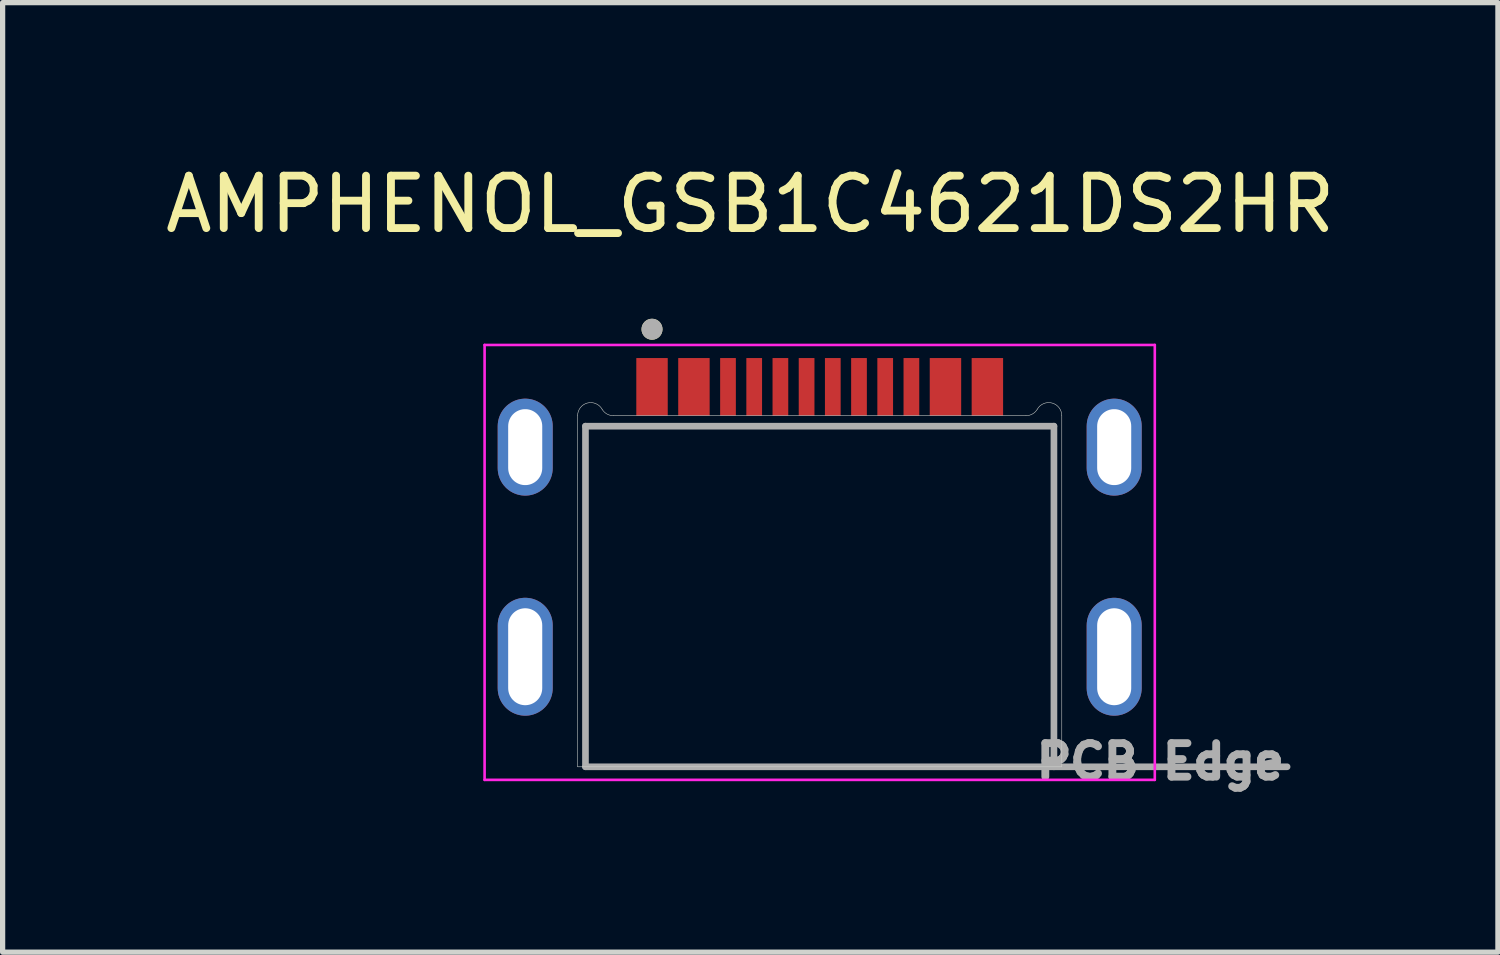
<source format=kicad_pcb>
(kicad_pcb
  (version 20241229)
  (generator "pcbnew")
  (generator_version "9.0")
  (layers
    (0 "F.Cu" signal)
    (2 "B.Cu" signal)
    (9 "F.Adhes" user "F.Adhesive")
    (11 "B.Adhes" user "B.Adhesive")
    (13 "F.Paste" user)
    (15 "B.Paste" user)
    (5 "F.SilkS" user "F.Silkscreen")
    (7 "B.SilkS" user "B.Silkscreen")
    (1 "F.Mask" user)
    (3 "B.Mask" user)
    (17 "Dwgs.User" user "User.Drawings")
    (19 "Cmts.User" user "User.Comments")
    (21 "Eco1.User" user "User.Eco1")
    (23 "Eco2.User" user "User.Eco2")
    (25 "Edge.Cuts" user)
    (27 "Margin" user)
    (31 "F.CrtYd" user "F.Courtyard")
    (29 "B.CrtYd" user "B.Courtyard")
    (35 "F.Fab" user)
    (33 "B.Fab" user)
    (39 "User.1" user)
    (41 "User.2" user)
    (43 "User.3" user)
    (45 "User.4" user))
  (footprint "AMPHENOL_GSB1C4621DS2HR"
    (layer "F.Cu")
    (at 12.593 9.483)
    (property "Reference" "AMPHENOL_GSB1C4621DS2HR" (at -1.325 -8.635 0) (layer "F.SilkS") (effects (font (size 1 1) (thickness 0.15))))
    (attr smd)
    (fp_poly (pts (xy -2.85 -4.55) (xy -3.55 -4.55) (xy -3.55 -5.75) (xy -2.85 -5.75)) (stroke (width 0.01) (type solid)) (fill yes) (layer "F.Mask"))
    (fp_poly (pts (xy -2.05 -4.55) (xy -2.75 -4.55) (xy -2.75 -5.75) (xy -2.05 -5.75)) (stroke (width 0.01) (type solid)) (fill yes) (layer "F.Mask"))
    (fp_poly (pts (xy -1.95 -5.75) (xy -1.55 -5.75) (xy -1.55 -4.55) (xy -1.95 -4.55)) (stroke (width 0.01) (type solid)) (fill yes) (layer "F.Mask"))
    (fp_poly (pts (xy -1.45 -5.75) (xy -1.05 -5.75) (xy -1.05 -4.55) (xy -1.45 -4.55)) (stroke (width 0.01) (type solid)) (fill yes) (layer "F.Mask"))
    (fp_poly (pts (xy -0.95 -5.75) (xy -0.55 -5.75) (xy -0.55 -4.55) (xy -0.95 -4.55)) (stroke (width 0.01) (type solid)) (fill yes) (layer "F.Mask"))
    (fp_poly (pts (xy -0.45 -5.75) (xy -0.05 -5.75) (xy -0.05 -4.55) (xy -0.45 -4.55)) (stroke (width 0.01) (type solid)) (fill yes) (layer "F.Mask"))
    (fp_poly (pts (xy 0.05 -5.75) (xy 0.45 -5.75) (xy 0.45 -4.55) (xy 0.05 -4.55)) (stroke (width 0.01) (type solid)) (fill yes) (layer "F.Mask"))
    (fp_poly (pts (xy 0.55 -5.75) (xy 0.95 -5.75) (xy 0.95 -4.55) (xy 0.55 -4.55)) (stroke (width 0.01) (type solid)) (fill yes) (layer "F.Mask"))
    (fp_poly (pts (xy 1.05 -5.75) (xy 1.45 -5.75) (xy 1.45 -4.55) (xy 1.05 -4.55)) (stroke (width 0.01) (type solid)) (fill yes) (layer "F.Mask"))
    (fp_poly (pts (xy 1.55 -5.75) (xy 1.95 -5.75) (xy 1.95 -4.55) (xy 1.55 -4.55)) (stroke (width 0.01) (type solid)) (fill yes) (layer "F.Mask"))
    (fp_poly (pts (xy 2.05 -5.75) (xy 2.75 -5.75) (xy 2.75 -4.55) (xy 2.05 -4.55)) (stroke (width 0.01) (type solid)) (fill yes) (layer "F.Mask"))
    (fp_poly (pts (xy 2.85 -5.75) (xy 3.55 -5.75) (xy 3.55 -4.55) (xy 2.85 -4.55)) (stroke (width 0.01) (type solid)) (fill yes) (layer "F.Mask"))
    (fp_circle (center -3.2 -6.25) (end -3.1 -6.25) (stroke (width 0.2) (type solid)) (fill no) (layer "F.SilkS"))
    (fp_line (start -4.62 -4.6) (end -4.62 2.1) (stroke (width 0.01) (type solid)) (layer "Edge.Cuts"))
    (fp_line (start -4.62 2.1) (end 4.62 2.1) (stroke (width 0.01) (type solid)) (layer "Edge.Cuts"))
    (fp_line (start 3.937 -4.6) (end -3.937 -4.6) (stroke (width 0.01) (type solid)) (layer "Edge.Cuts"))
    (fp_line (start 4.62 2.1) (end 4.62 -4.6) (stroke (width 0.01) (type solid)) (layer "Edge.Cuts"))
    (fp_arc (start -4.62 -4.6) (mid -4.434708 -4.841479) (end -4.1535 -4.725) (stroke (width 0.01) (type solid)) (layer "Edge.Cuts"))
    (fp_arc (start -3.937 -4.6) (mid -4.061997 -4.633495) (end -4.1535 -4.725) (stroke (width 0.01) (type solid)) (layer "Edge.Cuts"))
    (fp_arc (start 4.1535 -4.725) (mid 4.061997 -4.633495) (end 3.937 -4.6) (stroke (width 0.01) (type solid)) (layer "Edge.Cuts"))
    (fp_arc (start 4.1535 -4.725) (mid 4.434708 -4.841479) (end 4.62 -4.6) (stroke (width 0.01) (type solid)) (layer "Edge.Cuts"))
    (fp_line (start -6.395 -5.95) (end 6.395 -5.95) (stroke (width 0.05) (type solid)) (layer "F.CrtYd"))
    (fp_line (start -6.395 2.35) (end -6.395 -5.95) (stroke (width 0.05) (type solid)) (layer "F.CrtYd"))
    (fp_line (start 6.395 -5.95) (end 6.395 2.35) (stroke (width 0.05) (type solid)) (layer "F.CrtYd"))
    (fp_line (start 6.395 2.35) (end -6.395 2.35) (stroke (width 0.05) (type solid)) (layer "F.CrtYd"))
    (fp_line (start -4.47 -4.4) (end 4.47 -4.4) (stroke (width 0.127) (type solid)) (layer "F.Fab"))
    (fp_line (start -4.47 2.1) (end -4.47 -4.4) (stroke (width 0.127) (type solid)) (layer "F.Fab"))
    (fp_line (start 4.47 -4.4) (end 4.47 2.1) (stroke (width 0.127) (type solid)) (layer "F.Fab"))
    (fp_line (start 4.47 2.1) (end -4.47 2.1) (stroke (width 0.127) (type solid)) (layer "F.Fab"))
    (fp_line (start 4.47 2.1) (end 8.92 2.1) (stroke (width 0.127) (type solid)) (layer "F.Fab"))
    (fp_circle (center -3.2 -6.25) (end -3.1 -6.25) (stroke (width 0.2) (type solid)) (fill no) (layer "F.Fab"))
    (fp_text user "PCB Edge" (at 6.5 2 0) (layer "F.Fab") (effects (font (size 0.64 0.64) (thickness 0.15))))
    (pad "A1_B12" smd rect (at -3.2 -5.15) (size 0.6 1.1) (layers "F.Cu" "F.Paste"))
    (pad "A4_B9" smd rect (at -2.4 -5.15) (size 0.6 1.1) (layers "F.Cu" "F.Paste"))
    (pad "A5" smd rect (at -1.25 -5.15) (size 0.3 1.1) (layers "F.Cu" "F.Paste"))
    (pad "A6" smd rect (at -0.25 -5.15) (size 0.3 1.1) (layers "F.Cu" "F.Paste"))
    (pad "A7" smd rect (at 0.25 -5.15) (size 0.3 1.1) (layers "F.Cu" "F.Paste"))
    (pad "A8" smd rect (at 1.25 -5.15) (size 0.3 1.1) (layers "F.Cu" "F.Paste"))
    (pad "B1_A12" smd rect (at 3.2 -5.15) (size 0.6 1.1) (layers "F.Cu" "F.Paste"))
    (pad "B4_A9" smd rect (at 2.4 -5.15) (size 0.6 1.1) (layers "F.Cu" "F.Paste"))
    (pad "B5" smd rect (at 1.75 -5.15) (size 0.3 1.1) (layers "F.Cu" "F.Paste"))
    (pad "B6" smd rect (at 0.75 -5.15) (size 0.3 1.1) (layers "F.Cu" "F.Paste"))
    (pad "B7" smd rect (at -0.75 -5.15) (size 0.3 1.1) (layers "F.Cu" "F.Paste"))
    (pad "B8" smd rect (at -1.75 -5.15) (size 0.3 1.1) (layers "F.Cu" "F.Paste"))
    (pad "SH1" thru_hole oval (at -5.62 -4) (size 1.05 1.85) (drill oval 0.65 1.45) (layers "*.Cu" "*.Mask"))
    (pad "SH2" thru_hole oval (at 5.62 -4) (size 1.05 1.85) (drill oval 0.65 1.45) (layers "*.Cu" "*.Mask"))
    (pad "SH3" thru_hole oval (at -5.62 0) (size 1.05 2.25) (drill oval 0.65 1.85) (layers "*.Cu" "*.Mask"))
    (pad "SH4" thru_hole oval (at 5.62 0) (size 1.05 2.25) (drill oval 0.65 1.85) (layers "*.Cu" "*.Mask")))
  (gr_rect
    (start -3 -3)
    (end 25.536 15.121)
    (stroke (width 0.1) (type default))
    (fill no)
    (layer "Edge.Cuts")))
</source>
